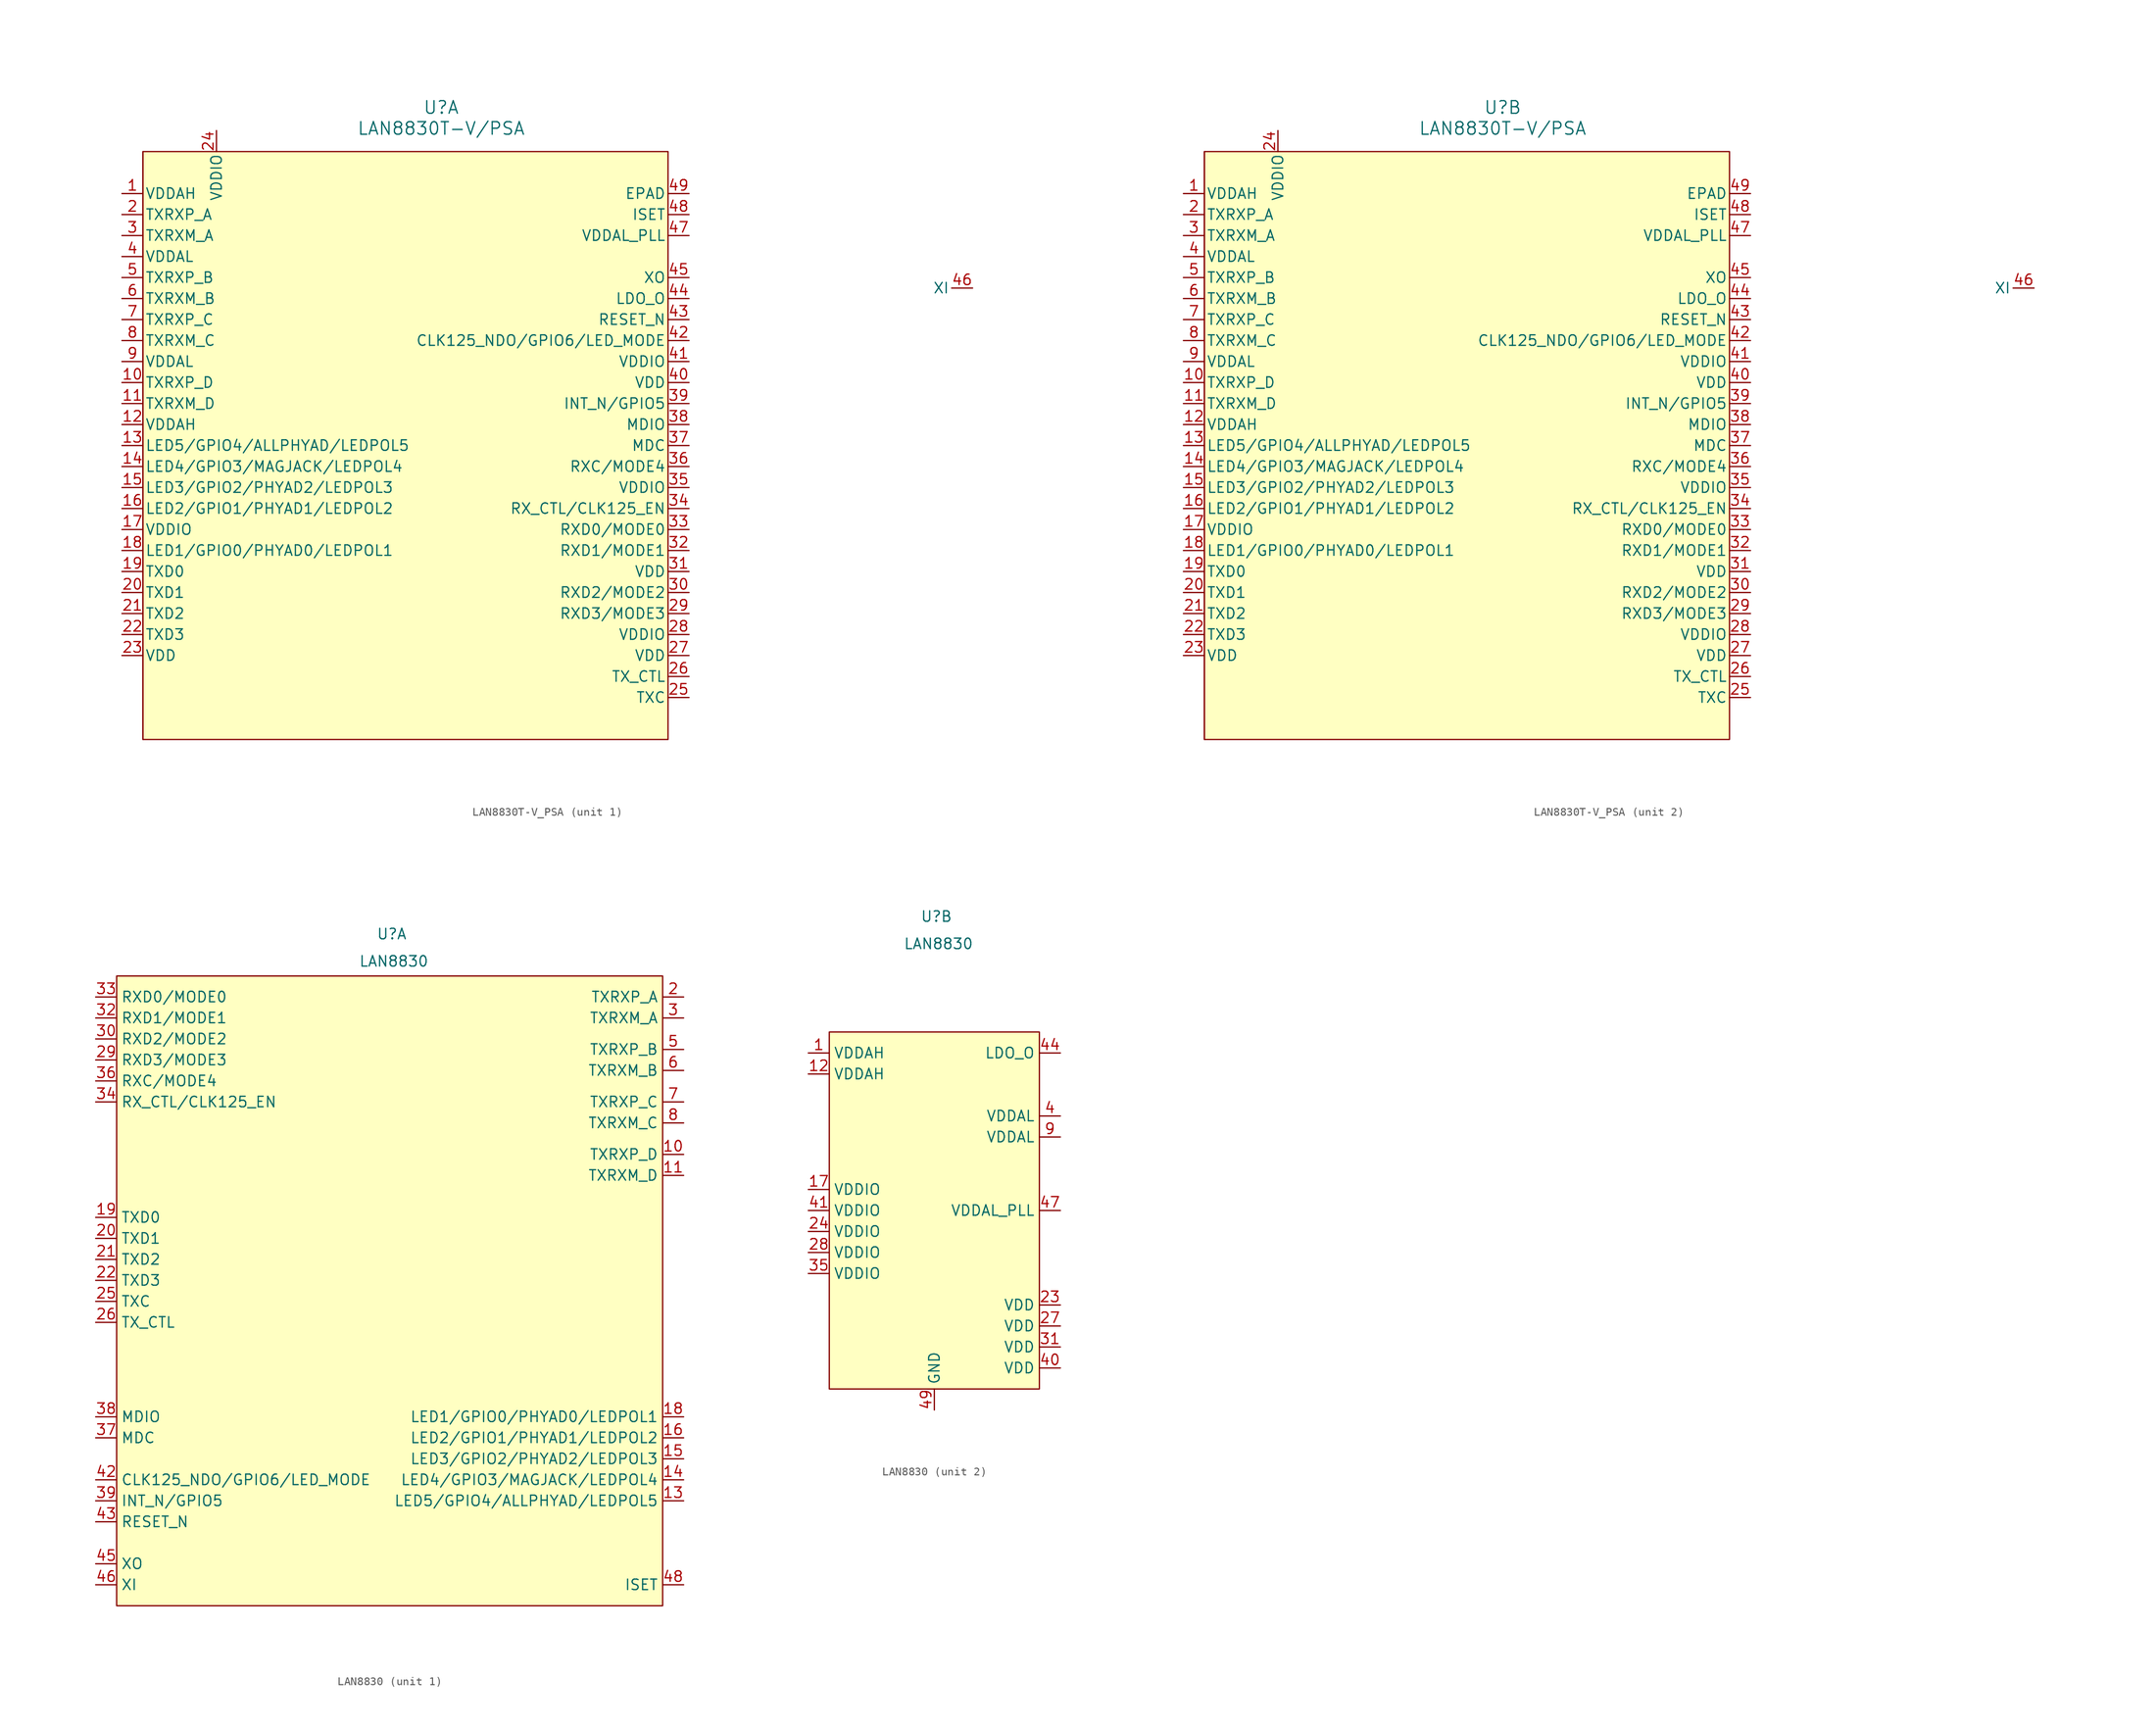
<source format=kicad_sym>
(kicad_symbol_lib
  (version 20241209)
  (generator "kicad_symbol_editor")
  (generator_version "9.0")
  (symbol "LAN8830T-V_PSA"
    (pin_names
      (offset 0.254))
    (property "Reference" "U"
      (at 4.318 10.414 0)
      (effects (font (size 1.524 1.524))))
    (property "Value" "LAN8830T-V/PSA"
      (at 4.318 7.874 0)
      (effects (font (size 1.524 1.524))))
    (property "ki_locked" ""
      (at 0 0 0)
      (effects (font (size 1.27 1.27))))
    (symbol "LAN8830T-V_PSA_0_1"
      (polyline (pts (xy -31.75 5.08) (xy -31.75 -66.04)) (stroke (width 0.127) (type default)) (fill (type none)))
      (pin unspecified line (at -34.29 -2.54 0) (length 2.54) (name "TXRXP_A" (effects (font (size 1.27 1.27)))) (number "2" (effects (font (size 1.27 1.27)))))
      (pin unspecified line (at -34.29 -5.08 0) (length 2.54) (name "TXRXM_A" (effects (font (size 1.27 1.27)))) (number "3" (effects (font (size 1.27 1.27)))))
      (pin power_in line (at -34.29 -7.62 0) (length 2.54) (name "VDDAL" (effects (font (size 1.27 1.27)))) (number "4" (effects (font (size 1.27 1.27)))))
      (pin unspecified line (at -34.29 -10.16 0) (length 2.54) (name "TXRXP_B" (effects (font (size 1.27 1.27)))) (number "5" (effects (font (size 1.27 1.27)))))
      (pin unspecified line (at -34.29 -12.7 0) (length 2.54) (name "TXRXM_B" (effects (font (size 1.27 1.27)))) (number "6" (effects (font (size 1.27 1.27)))))
      (pin unspecified line (at -34.29 -15.24 0) (length 2.54) (name "TXRXP_C" (effects (font (size 1.27 1.27)))) (number "7" (effects (font (size 1.27 1.27)))))
      (pin unspecified line (at -34.29 -17.78 0) (length 2.54) (name "TXRXM_C" (effects (font (size 1.27 1.27)))) (number "8" (effects (font (size 1.27 1.27)))))
      (pin power_in line (at -34.29 -20.32 0) (length 2.54) (name "VDDAL" (effects (font (size 1.27 1.27)))) (number "9" (effects (font (size 1.27 1.27)))))
      (pin unspecified line (at -34.29 -22.86 0) (length 2.54) (name "TXRXP_D" (effects (font (size 1.27 1.27)))) (number "10" (effects (font (size 1.27 1.27)))))
      (pin unspecified line (at -34.29 -25.4 0) (length 2.54) (name "TXRXM_D" (effects (font (size 1.27 1.27)))) (number "11" (effects (font (size 1.27 1.27)))))
      (pin power_in line (at -34.29 -27.94 0) (length 2.54) (name "VDDAH" (effects (font (size 1.27 1.27)))) (number "12" (effects (font (size 1.27 1.27)))))
      (pin bidirectional line (at -34.29 -30.48 0) (length 2.54) (name "LED5/GPIO4/ALLPHYAD/LEDPOL5" (effects (font (size 1.27 1.27)))) (number "13" (effects (font (size 1.27 1.27)))))
      (pin bidirectional line (at -34.29 -33.02 0) (length 2.54) (name "LED4/GPIO3/MAGJACK/LEDPOL4" (effects (font (size 1.27 1.27)))) (number "14" (effects (font (size 1.27 1.27)))))
      (pin bidirectional line (at -34.29 -35.56 0) (length 2.54) (name "LED3/GPIO2/PHYAD2/LEDPOL3" (effects (font (size 1.27 1.27)))) (number "15" (effects (font (size 1.27 1.27)))))
      (pin bidirectional line (at -34.29 -38.1 0) (length 2.54) (name "LED2/GPIO1/PHYAD1/LEDPOL2" (effects (font (size 1.27 1.27)))) (number "16" (effects (font (size 1.27 1.27)))))
      (pin power_in line (at -34.29 -40.64 0) (length 2.54) (name "VDDIO" (effects (font (size 1.27 1.27)))) (number "17" (effects (font (size 1.27 1.27)))))
      (pin bidirectional line (at -34.29 -43.18 0) (length 2.54) (name "LED1/GPIO0/PHYAD0/LEDPOL1" (effects (font (size 1.27 1.27)))) (number "18" (effects (font (size 1.27 1.27)))))
      (pin bidirectional line (at -34.29 -45.72 0) (length 2.54) (name "TXD0" (effects (font (size 1.27 1.27)))) (number "19" (effects (font (size 1.27 1.27)))))
      (pin bidirectional line (at -34.29 -48.26 0) (length 2.54) (name "TXD1" (effects (font (size 1.27 1.27)))) (number "20" (effects (font (size 1.27 1.27)))))
      (pin bidirectional line (at -34.29 -50.8 0) (length 2.54) (name "TXD2" (effects (font (size 1.27 1.27)))) (number "21" (effects (font (size 1.27 1.27)))))
      (pin bidirectional line (at -34.29 -53.34 0) (length 2.54) (name "TXD3" (effects (font (size 1.27 1.27)))) (number "22" (effects (font (size 1.27 1.27)))))
      (pin power_in line (at -34.29 -55.88 0) (length 2.54) (name "VDD" (effects (font (size 1.27 1.27)))) (number "23" (effects (font (size 1.27 1.27)))))
      (pin power_in line (at -22.86 7.62 270) (length 2.54) (name "VDDIO" (effects (font (size 1.27 1.27)))) (number "24" (effects (font (size 1.27 1.27)))))
      (pin power_out line (at 34.29 0 180) (length 2.54) (name "EPAD" (effects (font (size 1.27 1.27)))) (number "49" (effects (font (size 1.27 1.27)))))
      (pin unspecified line (at 34.29 -2.54 180) (length 2.54) (name "ISET" (effects (font (size 1.27 1.27)))) (number "48" (effects (font (size 1.27 1.27)))))
      (pin power_in line (at 34.29 -5.08 180) (length 2.54) (name "VDDAL_PLL" (effects (font (size 1.27 1.27)))) (number "47" (effects (font (size 1.27 1.27)))))
      (pin unspecified line (at 34.29 -10.16 180) (length 2.54) (name "XO" (effects (font (size 1.27 1.27)))) (number "45" (effects (font (size 1.27 1.27)))))
      (pin unspecified line (at 34.29 -12.7 180) (length 2.54) (name "LDO_O" (effects (font (size 1.27 1.27)))) (number "44" (effects (font (size 1.27 1.27)))))
      (pin unspecified line (at 34.29 -15.24 180) (length 2.54) (name "RESET_N" (effects (font (size 1.27 1.27)))) (number "43" (effects (font (size 1.27 1.27)))))
      (pin unspecified line (at 34.29 -17.78 180) (length 2.54) (name "CLK125_NDO/GPIO6/LED_MODE" (effects (font (size 1.27 1.27)))) (number "42" (effects (font (size 1.27 1.27)))))
      (pin power_in line (at 34.29 -20.32 180) (length 2.54) (name "VDDIO" (effects (font (size 1.27 1.27)))) (number "41" (effects (font (size 1.27 1.27)))))
      (pin power_in line (at 34.29 -22.86 180) (length 2.54) (name "VDD" (effects (font (size 1.27 1.27)))) (number "40" (effects (font (size 1.27 1.27)))))
      (pin bidirectional line (at 34.29 -25.4 180) (length 2.54) (name "INT_N/GPIO5" (effects (font (size 1.27 1.27)))) (number "39" (effects (font (size 1.27 1.27)))))
      (pin unspecified line (at 34.29 -27.94 180) (length 2.54) (name "MDIO" (effects (font (size 1.27 1.27)))) (number "38" (effects (font (size 1.27 1.27)))))
      (pin unspecified line (at 34.29 -30.48 180) (length 2.54) (name "MDC" (effects (font (size 1.27 1.27)))) (number "37" (effects (font (size 1.27 1.27)))))
      (pin unspecified line (at 34.29 -33.02 180) (length 2.54) (name "RXC/MODE4" (effects (font (size 1.27 1.27)))) (number "36" (effects (font (size 1.27 1.27)))))
      (pin power_in line (at 34.29 -35.56 180) (length 2.54) (name "VDDIO" (effects (font (size 1.27 1.27)))) (number "35" (effects (font (size 1.27 1.27)))))
      (pin unspecified line (at 34.29 -38.1 180) (length 2.54) (name "RX_CTL/CLK125_EN" (effects (font (size 1.27 1.27)))) (number "34" (effects (font (size 1.27 1.27)))))
      (pin bidirectional line (at 34.29 -40.64 180) (length 2.54) (name "RXD0/MODE0" (effects (font (size 1.27 1.27)))) (number "33" (effects (font (size 1.27 1.27)))))
      (pin bidirectional line (at 34.29 -43.18 180) (length 2.54) (name "RXD1/MODE1" (effects (font (size 1.27 1.27)))) (number "32" (effects (font (size 1.27 1.27)))))
      (pin power_in line (at 34.29 -45.72 180) (length 2.54) (name "VDD" (effects (font (size 1.27 1.27)))) (number "31" (effects (font (size 1.27 1.27)))))
      (pin bidirectional line (at 34.29 -48.26 180) (length 2.54) (name "RXD2/MODE2" (effects (font (size 1.27 1.27)))) (number "30" (effects (font (size 1.27 1.27)))))
      (pin bidirectional line (at 34.29 -50.8 180) (length 2.54) (name "RXD3/MODE3" (effects (font (size 1.27 1.27)))) (number "29" (effects (font (size 1.27 1.27)))))
      (pin power_in line (at 34.29 -53.34 180) (length 2.54) (name "VDDIO" (effects (font (size 1.27 1.27)))) (number "28" (effects (font (size 1.27 1.27)))))
      (pin power_in line (at 34.29 -55.88 180) (length 2.54) (name "VDD" (effects (font (size 1.27 1.27)))) (number "27" (effects (font (size 1.27 1.27)))))
      (pin unspecified line (at 34.29 -58.42 180) (length 2.54) (name "TX_CTL" (effects (font (size 1.27 1.27)))) (number "26" (effects (font (size 1.27 1.27)))))
      (pin unspecified line (at 34.29 -60.96 180) (length 2.54) (name "TXC" (effects (font (size 1.27 1.27)))) (number "25" (effects (font (size 1.27 1.27)))))
      (pin unspecified line (at 68.58 -11.43 180) (length 2.54) (name "XI" (effects (font (size 1.27 1.27)))) (number "46" (effects (font (size 1.27 1.27))))))
    (symbol "LAN8830T-V_PSA_1_1"
      (rectangle (start -31.75 5.08) (end 31.75 -66.04) (stroke (width 0) (type solid)) (fill (type background)))
      (pin power_in line (at -34.29 0 0) (length 2.54) (name "VDDAH" (effects (font (size 1.27 1.27)))) (number "1" (effects (font (size 1.27 1.27))))))
    (symbol "LAN8830T-V_PSA_2_1"
      (rectangle (start -31.75 5.08) (end 31.75 -66.04) (stroke (width 0) (type solid)) (fill (type background)))
      (pin power_in line (at -34.29 0 0) (length 2.54) (name "VDDAH" (effects (font (size 1.27 1.27)))) (number "1" (effects (font (size 1.27 1.27)))))))
  (symbol "LAN8830"
    (property "Reference" "U"
      (at 0.254 13.97 0)
      (effects (font (size 1.27 1.27))))
    (property "Value" "LAN8830"
      (at 0.508 10.668 0)
      (effects (font (size 1.27 1.27))))
    (property "ki_locked" ""
      (at 0 0 0)
      (effects (font (size 1.27 1.27))))
    (symbol "LAN8830_1_1"
      (rectangle (start -33.02 8.89) (end 33.02 -67.31) (stroke (width 0) (type solid)) (fill (type background)))
      (pin bidirectional line (at -35.56 6.35 0) (length 2.54) (name "RXD0/MODE0" (effects (font (size 1.27 1.27)))) (number "33" (effects (font (size 1.27 1.27)))))
      (pin bidirectional line (at -35.56 3.81 0) (length 2.54) (name "RXD1/MODE1" (effects (font (size 1.27 1.27)))) (number "32" (effects (font (size 1.27 1.27)))))
      (pin bidirectional line (at -35.56 1.27 0) (length 2.54) (name "RXD2/MODE2" (effects (font (size 1.27 1.27)))) (number "30" (effects (font (size 1.27 1.27)))))
      (pin bidirectional line (at -35.56 -1.27 0) (length 2.54) (name "RXD3/MODE3" (effects (font (size 1.27 1.27)))) (number "29" (effects (font (size 1.27 1.27)))))
      (pin unspecified line (at -35.56 -3.81 0) (length 2.54) (name "RXC/MODE4" (effects (font (size 1.27 1.27)))) (number "36" (effects (font (size 1.27 1.27)))))
      (pin unspecified line (at -35.56 -6.35 0) (length 2.54) (name "RX_CTL/CLK125_EN" (effects (font (size 1.27 1.27)))) (number "34" (effects (font (size 1.27 1.27)))))
      (pin bidirectional line (at -35.56 -20.32 0) (length 2.54) (name "TXD0" (effects (font (size 1.27 1.27)))) (number "19" (effects (font (size 1.27 1.27)))))
      (pin bidirectional line (at -35.56 -22.86 0) (length 2.54) (name "TXD1" (effects (font (size 1.27 1.27)))) (number "20" (effects (font (size 1.27 1.27)))))
      (pin bidirectional line (at -35.56 -25.4 0) (length 2.54) (name "TXD2" (effects (font (size 1.27 1.27)))) (number "21" (effects (font (size 1.27 1.27)))))
      (pin bidirectional line (at -35.56 -27.94 0) (length 2.54) (name "TXD3" (effects (font (size 1.27 1.27)))) (number "22" (effects (font (size 1.27 1.27)))))
      (pin unspecified line (at -35.56 -30.48 0) (length 2.54) (name "TXC" (effects (font (size 1.27 1.27)))) (number "25" (effects (font (size 1.27 1.27)))))
      (pin unspecified line (at -35.56 -33.02 0) (length 2.54) (name "TX_CTL" (effects (font (size 1.27 1.27)))) (number "26" (effects (font (size 1.27 1.27)))))
      (pin unspecified line (at -35.56 -44.45 0) (length 2.54) (name "MDIO" (effects (font (size 1.27 1.27)))) (number "38" (effects (font (size 1.27 1.27)))))
      (pin unspecified line (at -35.56 -46.99 0) (length 2.54) (name "MDC" (effects (font (size 1.27 1.27)))) (number "37" (effects (font (size 1.27 1.27)))))
      (pin unspecified line (at -35.56 -52.07 0) (length 2.54) (name "CLK125_NDO/GPIO6/LED_MODE" (effects (font (size 1.27 1.27)))) (number "42" (effects (font (size 1.27 1.27)))))
      (pin bidirectional line (at -35.56 -54.61 0) (length 2.54) (name "INT_N/GPIO5" (effects (font (size 1.27 1.27)))) (number "39" (effects (font (size 1.27 1.27)))))
      (pin unspecified line (at -35.56 -57.15 0) (length 2.54) (name "RESET_N" (effects (font (size 1.27 1.27)))) (number "43" (effects (font (size 1.27 1.27)))))
      (pin unspecified line (at -35.56 -62.23 0) (length 2.54) (name "XO" (effects (font (size 1.27 1.27)))) (number "45" (effects (font (size 1.27 1.27)))))
      (pin unspecified line (at -35.56 -64.77 0) (length 2.54) (name "XI" (effects (font (size 1.27 1.27)))) (number "46" (effects (font (size 1.27 1.27)))))
      (pin unspecified line (at 35.56 6.35 180) (length 2.54) (name "TXRXP_A" (effects (font (size 1.27 1.27)))) (number "2" (effects (font (size 1.27 1.27)))))
      (pin unspecified line (at 35.56 3.81 180) (length 2.54) (name "TXRXM_A" (effects (font (size 1.27 1.27)))) (number "3" (effects (font (size 1.27 1.27)))))
      (pin unspecified line (at 35.56 0 180) (length 2.54) (name "TXRXP_B" (effects (font (size 1.27 1.27)))) (number "5" (effects (font (size 1.27 1.27)))))
      (pin unspecified line (at 35.56 -2.54 180) (length 2.54) (name "TXRXM_B" (effects (font (size 1.27 1.27)))) (number "6" (effects (font (size 1.27 1.27)))))
      (pin unspecified line (at 35.56 -6.35 180) (length 2.54) (name "TXRXP_C" (effects (font (size 1.27 1.27)))) (number "7" (effects (font (size 1.27 1.27)))))
      (pin unspecified line (at 35.56 -8.89 180) (length 2.54) (name "TXRXM_C" (effects (font (size 1.27 1.27)))) (number "8" (effects (font (size 1.27 1.27)))))
      (pin unspecified line (at 35.56 -12.7 180) (length 2.54) (name "TXRXP_D" (effects (font (size 1.27 1.27)))) (number "10" (effects (font (size 1.27 1.27)))))
      (pin unspecified line (at 35.56 -15.24 180) (length 2.54) (name "TXRXM_D" (effects (font (size 1.27 1.27)))) (number "11" (effects (font (size 1.27 1.27)))))
      (pin bidirectional line (at 35.56 -44.45 180) (length 2.54) (name "LED1/GPIO0/PHYAD0/LEDPOL1" (effects (font (size 1.27 1.27)))) (number "18" (effects (font (size 1.27 1.27)))))
      (pin bidirectional line (at 35.56 -46.99 180) (length 2.54) (name "LED2/GPIO1/PHYAD1/LEDPOL2" (effects (font (size 1.27 1.27)))) (number "16" (effects (font (size 1.27 1.27)))))
      (pin bidirectional line (at 35.56 -49.53 180) (length 2.54) (name "LED3/GPIO2/PHYAD2/LEDPOL3" (effects (font (size 1.27 1.27)))) (number "15" (effects (font (size 1.27 1.27)))))
      (pin bidirectional line (at 35.56 -52.07 180) (length 2.54) (name "LED4/GPIO3/MAGJACK/LEDPOL4" (effects (font (size 1.27 1.27)))) (number "14" (effects (font (size 1.27 1.27)))))
      (pin bidirectional line (at 35.56 -54.61 180) (length 2.54) (name "LED5/GPIO4/ALLPHYAD/LEDPOL5" (effects (font (size 1.27 1.27)))) (number "13" (effects (font (size 1.27 1.27)))))
      (pin unspecified line (at 35.56 -64.77 180) (length 2.54) (name "ISET" (effects (font (size 1.27 1.27)))) (number "48" (effects (font (size 1.27 1.27))))))
    (symbol "LAN8830_2_1"
      (rectangle (start -12.7 0) (end 12.7 -43.18) (stroke (width 0) (type solid)) (fill (type background)))
      (pin power_in line (at -15.24 -2.54 0) (length 2.54) (name "VDDAH" (effects (font (size 1.27 1.27)))) (number "1" (effects (font (size 1.27 1.27)))))
      (pin power_in line (at -15.24 -5.08 0) (length 2.54) (name "VDDAH" (effects (font (size 1.27 1.27)))) (number "12" (effects (font (size 1.27 1.27)))))
      (pin power_in line (at -15.24 -19.05 0) (length 2.54) (name "VDDIO" (effects (font (size 1.27 1.27)))) (number "17" (effects (font (size 1.27 1.27)))))
      (pin power_in line (at -15.24 -21.59 0) (length 2.54) (name "VDDIO" (effects (font (size 1.27 1.27)))) (number "41" (effects (font (size 1.27 1.27)))))
      (pin power_in line (at -15.24 -24.13 0) (length 2.54) (name "VDDIO" (effects (font (size 1.27 1.27)))) (number "24" (effects (font (size 1.27 1.27)))))
      (pin power_in line (at -15.24 -26.67 0) (length 2.54) (name "VDDIO" (effects (font (size 1.27 1.27)))) (number "28" (effects (font (size 1.27 1.27)))))
      (pin power_in line (at -15.24 -29.21 0) (length 2.54) (name "VDDIO" (effects (font (size 1.27 1.27)))) (number "35" (effects (font (size 1.27 1.27)))))
      (pin power_in line (at 0 -45.72 90) (length 2.54) (name "GND" (effects (font (size 1.27 1.27)))) (number "49" (effects (font (size 1.27 1.27)))))
      (pin power_out line (at 15.24 -2.54 180) (length 2.54) (name "LDO_O" (effects (font (size 1.27 1.27)))) (number "44" (effects (font (size 1.27 1.27)))))
      (pin power_in line (at 15.24 -10.16 180) (length 2.54) (name "VDDAL" (effects (font (size 1.27 1.27)))) (number "4" (effects (font (size 1.27 1.27)))))
      (pin power_in line (at 15.24 -12.7 180) (length 2.54) (name "VDDAL" (effects (font (size 1.27 1.27)))) (number "9" (effects (font (size 1.27 1.27)))))
      (pin power_in line (at 15.24 -21.59 180) (length 2.54) (name "VDDAL_PLL" (effects (font (size 1.27 1.27)))) (number "47" (effects (font (size 1.27 1.27)))))
      (pin power_in line (at 15.24 -33.02 180) (length 2.54) (name "VDD" (effects (font (size 1.27 1.27)))) (number "23" (effects (font (size 1.27 1.27)))))
      (pin power_in line (at 15.24 -35.56 180) (length 2.54) (name "VDD" (effects (font (size 1.27 1.27)))) (number "27" (effects (font (size 1.27 1.27)))))
      (pin power_in line (at 15.24 -38.1 180) (length 2.54) (name "VDD" (effects (font (size 1.27 1.27)))) (number "31" (effects (font (size 1.27 1.27)))))
      (pin power_in line (at 15.24 -40.64 180) (length 2.54) (name "VDD" (effects (font (size 1.27 1.27)))) (number "40" (effects (font (size 1.27 1.27))))))))
</source>
